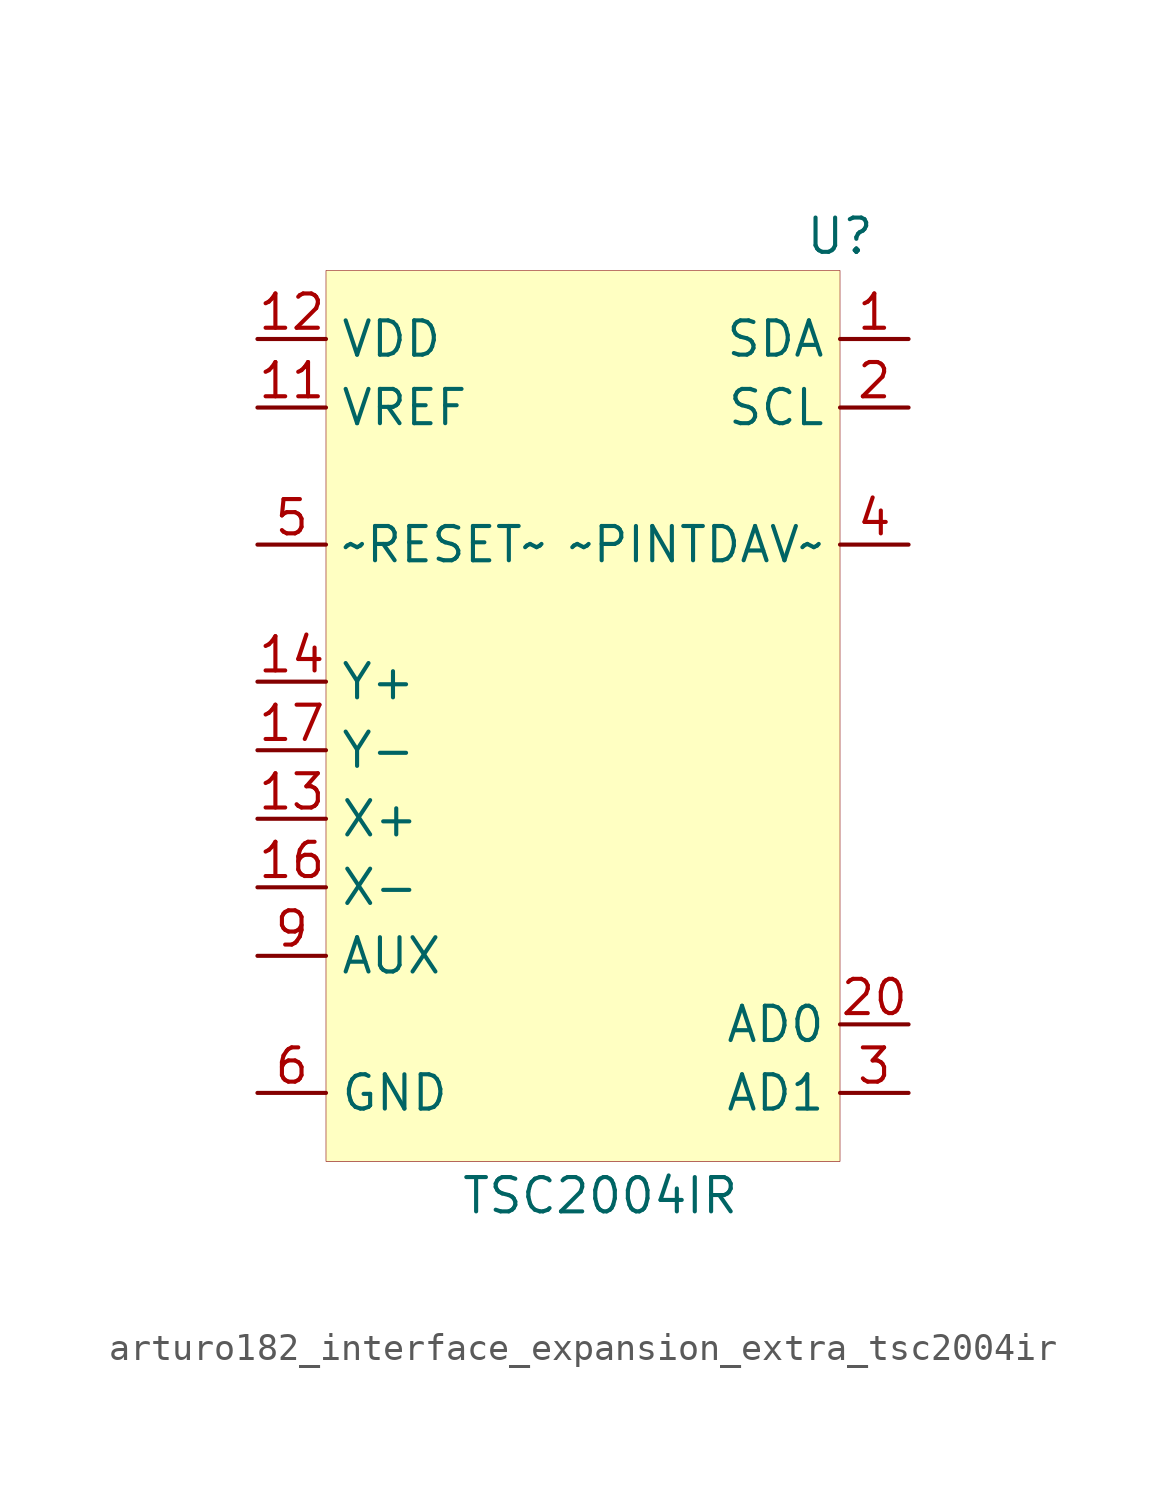
<source format=kicad_sym>
(kicad_symbol_lib
  (version 20220914)
  (generator kicad_symbol_editor)
  (symbol "Interface_Expansion_Extra:arturo182_interface_expansion_extra_tsc2004ir"
    (property "Reference" "U"
      (at 10.16 17.78 0)
      (effects (font (size 1.27 1.27))))
    (property "Value" "TSC2004IR"
      (at 1.27 -17.78 0)
      (effects (font (size 1.27 1.27))))
    (symbol "arturo182_interface_expansion_extra_tsc2004ir_0_0"
      (pin bidirectional line (at 12.7 13.97 180) (length 2.54) (name "SDA" (effects (font (size 1.27 1.27)))) (number "1" (effects (font (size 1.27 1.27)))))
      (pin input line (at 12.7 11.43 180) (length 2.54) (name "SCL" (effects (font (size 1.27 1.27)))) (number "2" (effects (font (size 1.27 1.27)))))
      (pin input line (at 12.7 -13.97 180) (length 2.54) (name "AD1" (effects (font (size 1.27 1.27)))) (number "3" (effects (font (size 1.27 1.27)))))
      (pin output line (at 12.7 6.35 180) (length 2.54) (name "~PINTDAV~" (effects (font (size 1.27 1.27)))) (number "4" (effects (font (size 1.27 1.27)))))
      (pin input line (at -11.43 6.35 0) (length 2.54) (name "~RESET~" (effects (font (size 1.27 1.27)))) (number "5" (effects (font (size 1.27 1.27)))))
      (pin power_in line (at -11.43 -13.97 0) (length 2.54) (name "GND" (effects (font (size 1.27 1.27)))) (number "6" (effects (font (size 1.27 1.27)))))
      (pin passive line (at -11.43 13.97 0) (length 2.54) hide (name "VDD" (effects (font (size 1.27 1.27)))) (number "7" (effects (font (size 1.27 1.27)))))
      (pin unconnected line (at -2.54 -1.27 0) (length 2.54) hide (name "NC" (effects (font (size 1.27 1.27)))) (number "8" (effects (font (size 1.27 1.27)))))
      (pin input line (at -11.43 -8.89 0) (length 2.54) (name "AUX" (effects (font (size 1.27 1.27)))) (number "9" (effects (font (size 1.27 1.27)))))
      (pin passive line (at -11.43 -13.97 0) (length 2.54) hide (name "GND" (effects (font (size 1.27 1.27)))) (number "10" (effects (font (size 1.27 1.27)))))
      (pin input line (at -11.43 11.43 0) (length 2.54) (name "VREF" (effects (font (size 1.27 1.27)))) (number "11" (effects (font (size 1.27 1.27)))))
      (pin power_in line (at -11.43 13.97 0) (length 2.54) (name "VDD" (effects (font (size 1.27 1.27)))) (number "12" (effects (font (size 1.27 1.27)))))
      (pin input line (at -11.43 -3.81 0) (length 2.54) (name "X+" (effects (font (size 1.27 1.27)))) (number "13" (effects (font (size 1.27 1.27)))))
      (pin input line (at -11.43 1.27 0) (length 2.54) (name "Y+" (effects (font (size 1.27 1.27)))) (number "14" (effects (font (size 1.27 1.27)))))
      (pin passive line (at -11.43 -13.97 0) (length 2.54) hide (name "GND" (effects (font (size 1.27 1.27)))) (number "15" (effects (font (size 1.27 1.27)))))
      (pin input line (at -11.43 -6.35 0) (length 2.54) (name "X-" (effects (font (size 1.27 1.27)))) (number "16" (effects (font (size 1.27 1.27)))))
      (pin input line (at -11.43 -1.27 0) (length 2.54) (name "Y-" (effects (font (size 1.27 1.27)))) (number "17" (effects (font (size 1.27 1.27)))))
      (pin passive line (at -11.43 -13.97 0) (length 2.54) hide (name "GND" (effects (font (size 1.27 1.27)))) (number "18" (effects (font (size 1.27 1.27)))))
      (pin unconnected line (at -2.54 -3.81 0) (length 2.54) hide (name "NC" (effects (font (size 1.27 1.27)))) (number "19" (effects (font (size 1.27 1.27)))))
      (pin input line (at 12.7 -11.43 180) (length 2.54) (name "AD0" (effects (font (size 1.27 1.27)))) (number "20" (effects (font (size 1.27 1.27)))))
      (pin passive line (at -11.43 -13.97 0) (length 2.54) hide (name "GND" (effects (font (size 1.27 1.27)))) (number "21" (effects (font (size 1.27 1.27))))))
    (symbol "arturo182_interface_expansion_extra_tsc2004ir_0_1"
      (rectangle (start -8.89 16.51) (end 10.16 -16.51) (stroke (width 0.001)) (fill (type background))))))
</source>
